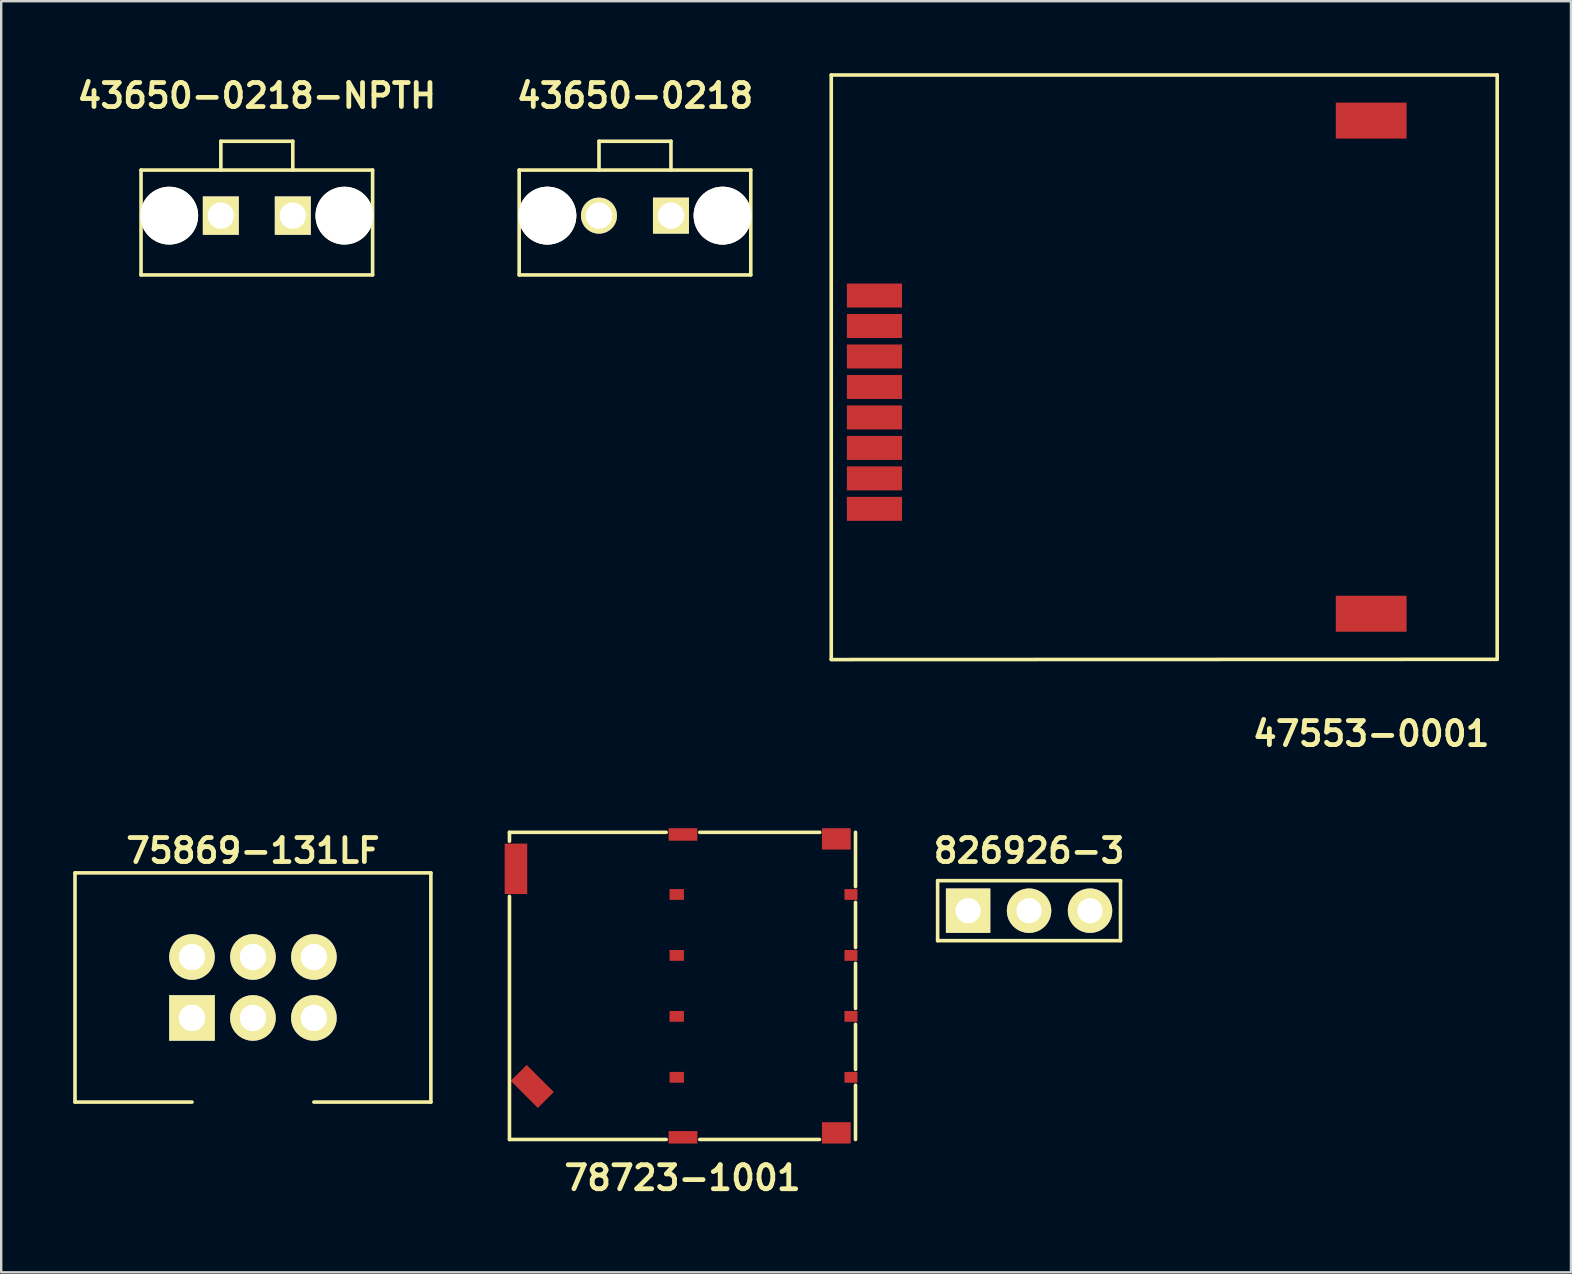
<source format=kicad_pcb>
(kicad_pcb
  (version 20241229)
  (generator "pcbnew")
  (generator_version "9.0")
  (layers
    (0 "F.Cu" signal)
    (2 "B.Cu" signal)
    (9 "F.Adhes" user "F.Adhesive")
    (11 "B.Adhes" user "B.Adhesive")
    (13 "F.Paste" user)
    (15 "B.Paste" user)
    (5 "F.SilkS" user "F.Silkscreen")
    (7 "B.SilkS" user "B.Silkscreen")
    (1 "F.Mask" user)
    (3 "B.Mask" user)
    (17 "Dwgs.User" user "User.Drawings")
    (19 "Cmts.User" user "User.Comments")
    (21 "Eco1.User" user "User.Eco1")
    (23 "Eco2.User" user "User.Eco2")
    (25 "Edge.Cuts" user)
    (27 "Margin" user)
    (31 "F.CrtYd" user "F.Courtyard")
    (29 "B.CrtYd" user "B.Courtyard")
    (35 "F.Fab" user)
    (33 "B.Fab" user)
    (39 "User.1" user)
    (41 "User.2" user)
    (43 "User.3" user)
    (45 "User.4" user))
  (footprint "826926-3"
    (layer "F.Cu")
    (at 39.832 34.899)
    (property "Reference" "826926-3" (at 0 -2.5 0) (layer "F.SilkS") (effects (font (size 1 1) (thickness 0.2))))
    (attr through_hole)
    (fp_line (start -3.81 -1.25) (end 3.81 -1.25) (stroke (width 0.15) (type solid)) (layer "F.SilkS"))
    (fp_line (start -3.81 1.25) (end -3.81 -1.25) (stroke (width 0.15) (type solid)) (layer "F.SilkS"))
    (fp_line (start 3.81 -1.25) (end 3.81 1.25) (stroke (width 0.15) (type solid)) (layer "F.SilkS"))
    (fp_line (start 3.81 1.25) (end -3.81 1.25) (stroke (width 0.15) (type solid)) (layer "F.SilkS"))
    (pad "1" thru_hole rect (at -2.54 0) (size 1.85 1.85) (drill 1.05) (layers "*.Cu" "*.Mask" "F.SilkS"))
    (pad "2" thru_hole circle (at 0 0) (size 1.85 1.85) (drill 1.05) (layers "*.Cu" "*.Mask" "F.SilkS"))
    (pad "3" thru_hole circle (at 2.54 0) (size 1.85 1.85) (drill 1.05) (layers "*.Cu" "*.Mask" "F.SilkS")))
  (footprint "43650-0218-NPTH"
    (layer "F.Cu")
    (at 7.652 5.936)
    (property "Reference" "43650-0218-NPTH" (at 0 -5 0) (layer "F.SilkS") (effects (font (size 1 1) (thickness 0.2))))
    (attr through_hole)
    (fp_line (start -4.825 -1.9) (end 4.825 -1.9) (stroke (width 0.15) (type solid)) (layer "F.SilkS"))
    (fp_line (start -4.825 2.47) (end -4.825 -1.9) (stroke (width 0.15) (type solid)) (layer "F.SilkS"))
    (fp_line (start -1.499 -3.1) (end 1.499 -3.1) (stroke (width 0.15) (type solid)) (layer "F.SilkS"))
    (fp_line (start -1.499 -1.9) (end -1.499 -3.1) (stroke (width 0.15) (type solid)) (layer "F.SilkS"))
    (fp_line (start 1.499 -3.1) (end 1.499 -1.9) (stroke (width 0.15) (type solid)) (layer "F.SilkS"))
    (fp_line (start 4.825 -1.9) (end 4.825 2.47) (stroke (width 0.15) (type solid)) (layer "F.SilkS"))
    (fp_line (start 4.825 2.47) (end -4.825 2.47) (stroke (width 0.15) (type solid)) (layer "F.SilkS"))
    (pad "" np_thru_hole circle (at -3.65 0) (size 2.41 2.41) (drill 2.41) (layers "*.Cu" "*.Mask" "F.SilkS"))
    (pad "" np_thru_hole circle (at 3.65 0) (size 2.41 2.41) (drill 2.41) (layers "*.Cu" "*.Mask" "F.SilkS"))
    (pad "1" thru_hole rect (at 1.5 0) (size 1.5 1.6) (drill 1.1) (layers "*.Cu" "*.Mask" "F.SilkS"))
    (pad "2" thru_hole rect (at -1.5 0) (size 1.5 1.6) (drill 1.1) (layers "*.Cu" "*.Mask" "F.SilkS")))
  (footprint "43650-0218"
    (layer "F.Cu")
    (at 23.41 5.936)
    (property "Reference" "43650-0218" (at 0 -5 0) (layer "F.SilkS") (effects (font (size 1 1) (thickness 0.2))))
    (attr through_hole)
    (fp_line (start -4.825 -1.9) (end 4.825 -1.9) (stroke (width 0.15) (type solid)) (layer "F.SilkS"))
    (fp_line (start -4.825 2.47) (end -4.825 -1.9) (stroke (width 0.15) (type solid)) (layer "F.SilkS"))
    (fp_line (start -1.499 -3.1) (end 1.499 -3.1) (stroke (width 0.15) (type solid)) (layer "F.SilkS"))
    (fp_line (start -1.499 -1.9) (end -1.499 -3.1) (stroke (width 0.15) (type solid)) (layer "F.SilkS"))
    (fp_line (start 1.499 -3.1) (end 1.499 -1.9) (stroke (width 0.15) (type solid)) (layer "F.SilkS"))
    (fp_line (start 4.825 -1.9) (end 4.825 2.47) (stroke (width 0.15) (type solid)) (layer "F.SilkS"))
    (fp_line (start 4.825 2.47) (end -4.825 2.47) (stroke (width 0.15) (type solid)) (layer "F.SilkS"))
    (pad "" thru_hole circle (at -3.65 0) (size 2.41 2.41) (drill 2.41) (layers "*.Cu" "*.Mask" "F.SilkS"))
    (pad "" thru_hole circle (at 3.65 0) (size 2.41 2.41) (drill 2.41) (layers "*.Cu" "*.Mask" "F.SilkS"))
    (pad "1" thru_hole rect (at 1.5 0) (size 1.5 1.5) (drill 1.1) (layers "*.Cu" "*.Mask" "F.SilkS"))
    (pad "2" thru_hole circle (at -1.5 0) (size 1.5 1.5) (drill 1.1) (layers "*.Cu" "*.Mask" "F.SilkS")))
  (footprint "75869-131LF"
    (layer "F.Cu")
    (at 7.49 38.099)
    (property "Reference" "75869-131LF" (at 0 -5.7 0) (layer "F.SilkS") (effects (font (size 1 1) (thickness 0.2))))
    (attr through_hole)
    (fp_line (start -7.415 -4.775) (end -7.415 4.775) (stroke (width 0.15) (type solid)) (layer "F.SilkS"))
    (fp_line (start -7.415 4.775) (end -2.54 4.775) (stroke (width 0.15) (type solid)) (layer "F.SilkS"))
    (fp_line (start 7.415 -4.775) (end -7.415 -4.775) (stroke (width 0.15) (type solid)) (layer "F.SilkS"))
    (fp_line (start 7.415 -4.775) (end 7.415 4.775) (stroke (width 0.15) (type solid)) (layer "F.SilkS"))
    (fp_line (start 7.415 4.775) (end 2.54 4.775) (stroke (width 0.15) (type solid)) (layer "F.SilkS"))
    (pad "1" thru_hole rect (at -2.54 1.27) (size 1.9 1.9) (drill 1.1) (layers "*.Cu" "*.Mask" "F.SilkS"))
    (pad "2" thru_hole circle (at -2.54 -1.27) (size 1.9 1.9) (drill 1.1) (layers "*.Cu" "*.Mask" "F.SilkS"))
    (pad "3" thru_hole circle (at 0 1.27) (size 1.9 1.9) (drill 1.1) (layers "*.Cu" "*.Mask" "F.SilkS"))
    (pad "4" thru_hole circle (at 0 -1.27) (size 1.9 1.9) (drill 1.1) (layers "*.Cu" "*.Mask" "F.SilkS"))
    (pad "5" thru_hole circle (at 2.54 1.27) (size 1.9 1.9) (drill 1.1) (layers "*.Cu" "*.Mask" "F.SilkS"))
    (pad "6" thru_hole circle (at 2.54 -1.27) (size 1.9 1.9) (drill 1.1) (layers "*.Cu" "*.Mask" "F.SilkS")))
  (footprint "47553-0001"
    (layer "F.Cu")
    (at 54.089 18.155)
    (property "Reference" "47553-0001" (at 0 9.37 0) (layer "F.SilkS") (effects (font (size 1.001 1.001) (thickness 0.201))))
    (attr through_hole)
    (fp_line (start -22.5 -18.08) (end 5.25 -18.08) (stroke (width 0.15) (type solid)) (layer "F.SilkS"))
    (fp_line (start -22.5 6.27) (end -22.5 -18.08) (stroke (width 0.15) (type solid)) (layer "F.SilkS"))
    (fp_line (start -22.5 6.28) (end 5.25 6.27) (stroke (width 0.15) (type solid)) (layer "F.SilkS"))
    (fp_line (start 5.25 -18.08) (end 5.25 6.27) (stroke (width 0.15) (type solid)) (layer "F.SilkS"))
    (pad "1" smd rect (at -20.7 -8.89) (size 2.3 1) (layers "F.Cu" "F.Mask" "F.Paste"))
    (pad "2" smd rect (at -20.7 -6.35) (size 2.3 1) (layers "F.Cu" "F.Mask" "F.Paste"))
    (pad "3" smd rect (at -20.7 -3.81) (size 2.3 1) (layers "F.Cu" "F.Mask" "F.Paste"))
    (pad "5" smd rect (at -20.7 -7.62) (size 2.3 1) (layers "F.Cu" "F.Mask" "F.Paste"))
    (pad "6" smd rect (at -20.7 -5.08) (size 2.3 1) (layers "F.Cu" "F.Mask" "F.Paste"))
    (pad "7" smd rect (at -20.7 -2.54) (size 2.3 1) (layers "F.Cu" "F.Mask" "F.Paste"))
    (pad "CD1" smd rect (at -20.7 -1.27) (size 2.3 1) (layers "F.Cu" "F.Mask" "F.Paste"))
    (pad "CD2" smd rect (at -20.7 0) (size 2.3 1) (layers "F.Cu" "F.Mask" "F.Paste"))
    (pad "GND1" smd rect (at 0 -16.18) (size 2.95 1.5) (layers "F.Cu" "F.Mask" "F.Paste"))
    (pad "GND2" smd rect (at 0 4.37) (size 2.95 1.5) (layers "F.Cu" "F.Mask" "F.Paste")))
  (footprint "78723-1001"
    (layer "F.Cu")
    (at 32.41 38.033)
    (property "Reference" "78723-1001" (at -7.02 8 0) (layer "F.SilkS") (effects (font (size 1 1) (thickness 0.2))))
    (attr through_hole)
    (fp_line (start -14.23 -6.4) (end -14.23 -6.03) (stroke (width 0.15) (type solid)) (layer "F.SilkS"))
    (fp_line (start -14.23 -3.73) (end -14.23 6.4) (stroke (width 0.15) (type solid)) (layer "F.SilkS"))
    (fp_line (start -14.23 6.4) (end -7.7 6.4) (stroke (width 0.15) (type solid)) (layer "F.SilkS"))
    (fp_line (start -7.7 -6.4) (end -14.23 -6.4) (stroke (width 0.15) (type solid)) (layer "F.SilkS"))
    (fp_line (start -6.3 6.4) (end -1.31 6.4) (stroke (width 0.15) (type solid)) (layer "F.SilkS"))
    (fp_line (start -1.3 -6.4) (end -6.3 -6.4) (stroke (width 0.15) (type solid)) (layer "F.SilkS"))
    (fp_line (start 0.19 -6.4) (end 0.19 -4.14) (stroke (width 0.15) (type solid)) (layer "F.SilkS"))
    (fp_line (start 0.19 -3.48) (end 0.19 -1.6) (stroke (width 0.15) (type solid)) (layer "F.SilkS"))
    (fp_line (start 0.19 -0.94) (end 0.19 0.94) (stroke (width 0.15) (type solid)) (layer "F.SilkS"))
    (fp_line (start 0.19 1.6) (end 0.19 3.48) (stroke (width 0.15) (type solid)) (layer "F.SilkS"))
    (fp_line (start 0.19 4.14) (end 0.19 6.4) (stroke (width 0.15) (type solid)) (layer "F.SilkS"))
    (pad "1" smd rect (at 0 -3.81) (size 0.54 0.45) (layers "F.Cu" "F.Mask" "F.Paste"))
    (pad "2" smd rect (at 0 -1.27) (size 0.54 0.45) (layers "F.Cu" "F.Mask" "F.Paste"))
    (pad "3" smd rect (at 0 1.27) (size 0.54 0.45) (layers "F.Cu" "F.Mask" "F.Paste"))
    (pad "4" smd rect (at 0 3.81) (size 0.54 0.45) (layers "F.Cu" "F.Mask" "F.Paste"))
    (pad "5" smd rect (at -7.26 -3.81) (size 0.6 0.45) (layers "F.Cu" "F.Mask" "F.Paste"))
    (pad "6" smd rect (at -7.26 -1.27) (size 0.6 0.45) (layers "F.Cu" "F.Mask" "F.Paste"))
    (pad "7" smd rect (at -7.26 1.27) (size 0.6 0.45) (layers "F.Cu" "F.Mask" "F.Paste"))
    (pad "8" smd rect (at -7.26 3.81) (size 0.6 0.45) (layers "F.Cu" "F.Mask" "F.Paste"))
    (pad "11" smd rect (at -0.61 -6.125) (size 1.2 0.89) (layers "F.Cu" "F.Mask" "F.Paste"))
    (pad "12" smd rect (at -7 -6.31) (size 1.2 0.52) (layers "F.Cu" "F.Mask" "F.Paste"))
    (pad "13" smd rect (at -13.96 -4.88 90) (size 2.1 0.94) (layers "F.Cu" "F.Mask" "F.Paste"))
    (pad "14" smd rect (at -13.28 4.19 315) (size 1.6 0.94) (layers "F.Cu" "F.Mask" "F.Paste"))
    (pad "15" smd rect (at -7 6.31) (size 1.2 0.52) (layers "F.Cu" "F.Mask" "F.Paste"))
    (pad "16" smd rect (at -0.61 6.125) (size 1.2 0.89) (layers "F.Cu" "F.Mask" "F.Paste")))
  (gr_rect
    (start -3 -3)
    (end 62.414 49.969)
    (stroke (width 0.1) (type default))
    (fill no)
    (layer "Edge.Cuts")))
</source>
